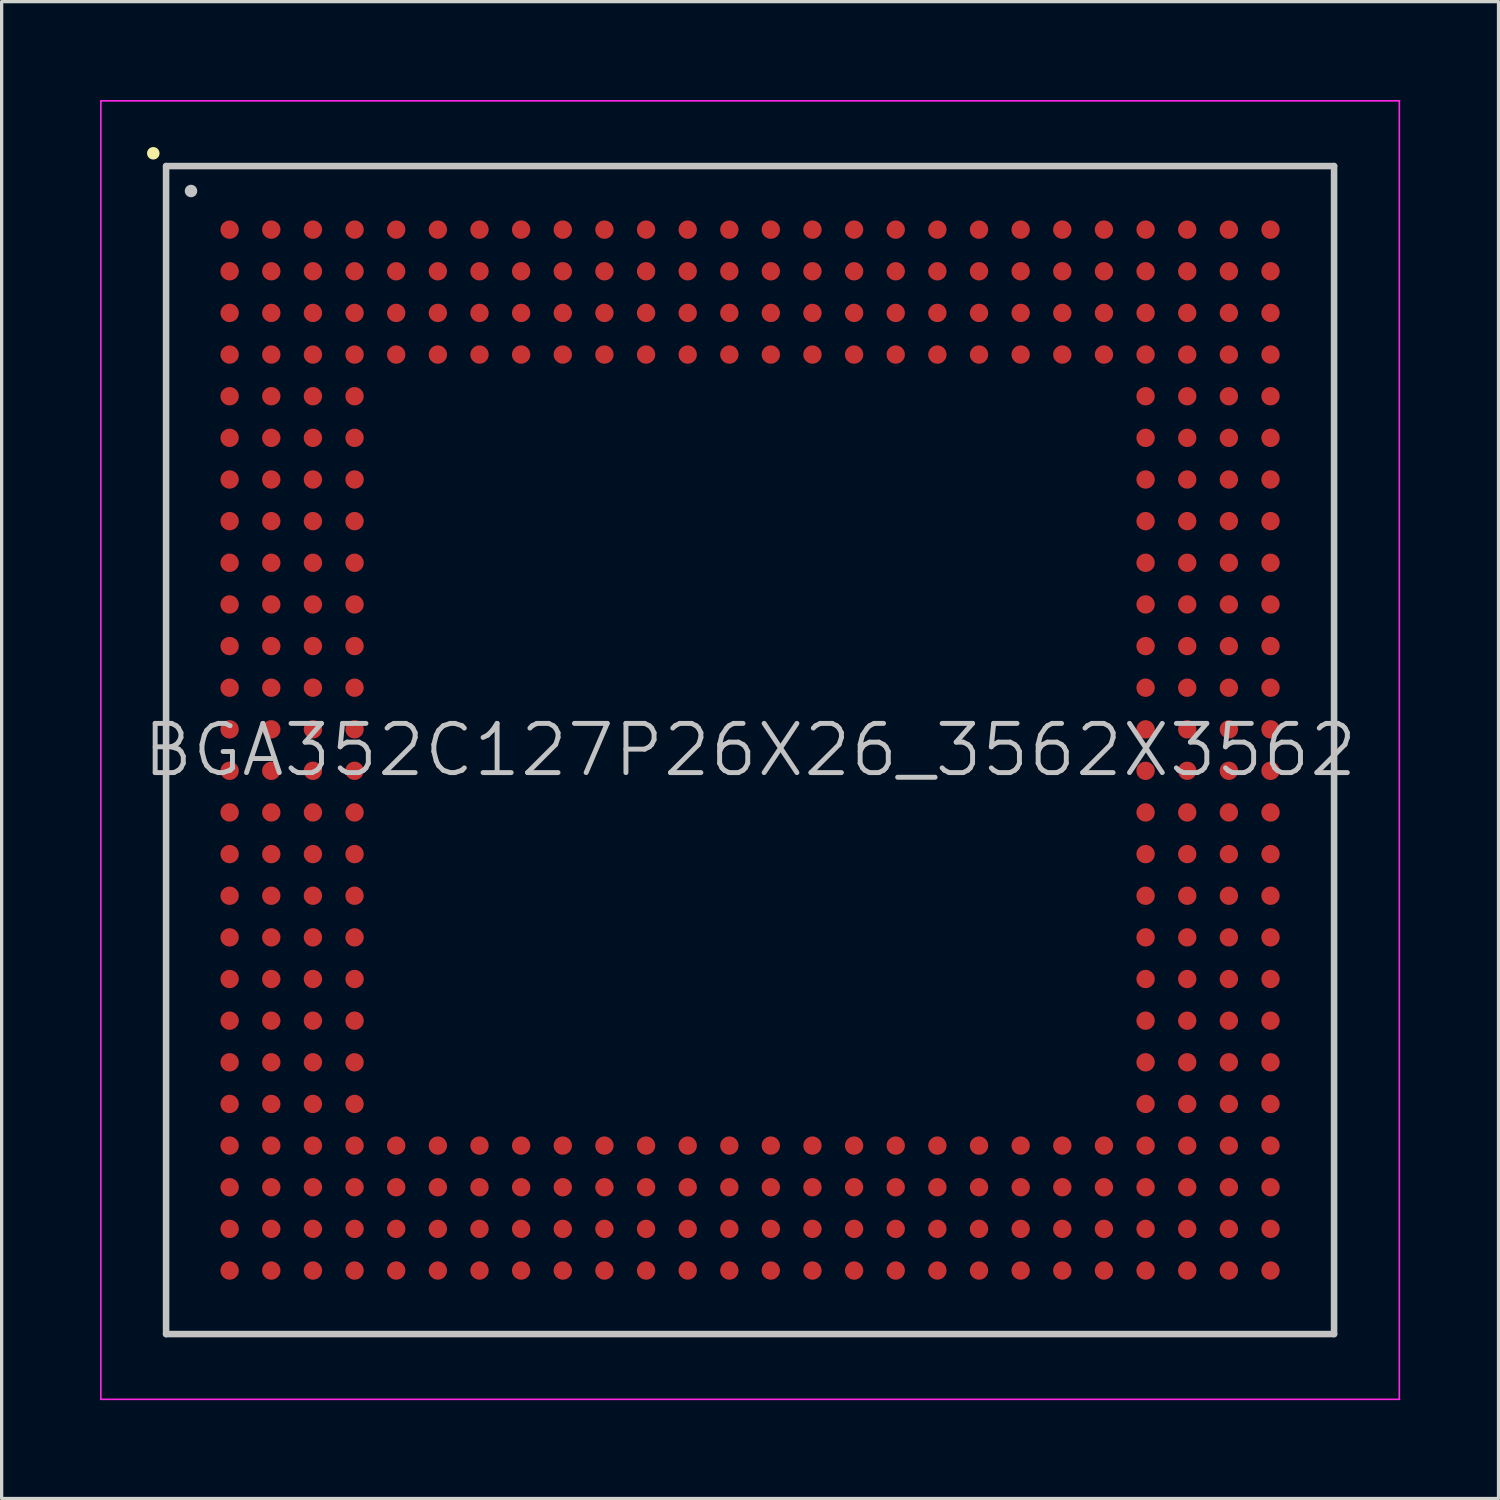
<source format=kicad_pcb>
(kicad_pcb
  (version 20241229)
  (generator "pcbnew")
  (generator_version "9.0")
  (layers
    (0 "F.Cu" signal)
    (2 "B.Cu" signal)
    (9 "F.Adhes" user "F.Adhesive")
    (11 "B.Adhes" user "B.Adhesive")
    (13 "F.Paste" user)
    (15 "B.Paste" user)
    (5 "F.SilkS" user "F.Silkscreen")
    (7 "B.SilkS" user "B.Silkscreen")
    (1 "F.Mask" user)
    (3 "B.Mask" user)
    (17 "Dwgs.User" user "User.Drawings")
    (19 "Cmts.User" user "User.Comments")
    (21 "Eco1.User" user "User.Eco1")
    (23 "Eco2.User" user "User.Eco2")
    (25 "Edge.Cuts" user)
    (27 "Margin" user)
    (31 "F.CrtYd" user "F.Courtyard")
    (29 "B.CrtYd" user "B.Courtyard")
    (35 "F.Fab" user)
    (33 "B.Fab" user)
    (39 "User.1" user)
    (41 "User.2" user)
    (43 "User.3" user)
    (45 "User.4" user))
  (footprint "BGA352C127P26X26_3562X3562"
    (layer "F.Cu")
    (at 19.825 19.825)
    (property "Reference" "BGA352C127P26X26_3562X3562" (at 0 0 0) (layer "Dwgs.User") (effects (font (size 1.5 1.5) (thickness 0.15))))
    (attr smd)
    (fp_line (start -18.2 -18.2) (end -18.2 -18.2) (stroke (width 0.381) (type solid)) (layer "F.SilkS"))
    (fp_line (start -17.81 -17.81) (end -17.81 17.81) (stroke (width 0.2) (type solid)) (layer "Dwgs.User"))
    (fp_line (start -17.81 -17.81) (end 17.81 -17.81) (stroke (width 0.2) (type solid)) (layer "Dwgs.User"))
    (fp_line (start -17.81 17.81) (end 17.81 17.81) (stroke (width 0.2) (type solid)) (layer "Dwgs.User"))
    (fp_line (start -17.05 -17.05) (end -17.05 -17.05) (stroke (width 0.381) (type solid)) (layer "Dwgs.User"))
    (fp_line (start 17.81 -17.81) (end 17.81 17.81) (stroke (width 0.2) (type solid)) (layer "Dwgs.User"))
    (fp_line (start -19.8 -19.8) (end -19.8 19.8) (stroke (width 0.05) (type solid)) (layer "F.CrtYd"))
    (fp_line (start -19.8 -19.8) (end 19.8 -19.8) (stroke (width 0.05) (type solid)) (layer "F.CrtYd"))
    (fp_line (start -19.8 19.8) (end 19.8 19.8) (stroke (width 0.05) (type solid)) (layer "F.CrtYd"))
    (fp_line (start 19.8 -19.8) (end 19.8 19.8) (stroke (width 0.05) (type solid)) (layer "F.CrtYd"))
    (pad "A1" smd circle (at -15.872 -15.872 270) (size 0.56 0.56) (layers "F.Cu" "F.Mask" "F.Paste"))
    (pad "A2" smd circle (at -14.602 -15.872 270) (size 0.56 0.56) (layers "F.Cu" "F.Mask" "F.Paste"))
    (pad "A3" smd circle (at -13.332 -15.872 270) (size 0.56 0.56) (layers "F.Cu" "F.Mask" "F.Paste"))
    (pad "A4" smd circle (at -12.062 -15.872 270) (size 0.56 0.56) (layers "F.Cu" "F.Mask" "F.Paste"))
    (pad "A5" smd circle (at -10.792 -15.872 270) (size 0.56 0.56) (layers "F.Cu" "F.Mask" "F.Paste"))
    (pad "A6" smd circle (at -9.522 -15.872 270) (size 0.56 0.56) (layers "F.Cu" "F.Mask" "F.Paste"))
    (pad "A7" smd circle (at -8.252 -15.872 270) (size 0.56 0.56) (layers "F.Cu" "F.Mask" "F.Paste"))
    (pad "A8" smd circle (at -6.982 -15.872 270) (size 0.56 0.56) (layers "F.Cu" "F.Mask" "F.Paste"))
    (pad "A9" smd circle (at -5.712 -15.872 270) (size 0.56 0.56) (layers "F.Cu" "F.Mask" "F.Paste"))
    (pad "A10" smd circle (at -4.442 -15.872 270) (size 0.56 0.56) (layers "F.Cu" "F.Mask" "F.Paste"))
    (pad "A11" smd circle (at -3.172 -15.872 270) (size 0.56 0.56) (layers "F.Cu" "F.Mask" "F.Paste"))
    (pad "A12" smd circle (at -1.902 -15.872 270) (size 0.56 0.56) (layers "F.Cu" "F.Mask" "F.Paste"))
    (pad "A13" smd circle (at -0.632 -15.872 270) (size 0.56 0.56) (layers "F.Cu" "F.Mask" "F.Paste"))
    (pad "A14" smd circle (at 0.632 -15.872 270) (size 0.56 0.56) (layers "F.Cu" "F.Mask" "F.Paste"))
    (pad "A15" smd circle (at 1.902 -15.872 270) (size 0.56 0.56) (layers "F.Cu" "F.Mask" "F.Paste"))
    (pad "A16" smd circle (at 3.172 -15.872 270) (size 0.56 0.56) (layers "F.Cu" "F.Mask" "F.Paste"))
    (pad "A17" smd circle (at 4.442 -15.872 270) (size 0.56 0.56) (layers "F.Cu" "F.Mask" "F.Paste"))
    (pad "A18" smd circle (at 5.712 -15.872 270) (size 0.56 0.56) (layers "F.Cu" "F.Mask" "F.Paste"))
    (pad "A19" smd circle (at 6.982 -15.872 270) (size 0.56 0.56) (layers "F.Cu" "F.Mask" "F.Paste"))
    (pad "A20" smd circle (at 8.252 -15.872 270) (size 0.56 0.56) (layers "F.Cu" "F.Mask" "F.Paste"))
    (pad "A21" smd circle (at 9.522 -15.872 270) (size 0.56 0.56) (layers "F.Cu" "F.Mask" "F.Paste"))
    (pad "A22" smd circle (at 10.792 -15.872 270) (size 0.56 0.56) (layers "F.Cu" "F.Mask" "F.Paste"))
    (pad "A23" smd circle (at 12.062 -15.872 270) (size 0.56 0.56) (layers "F.Cu" "F.Mask" "F.Paste"))
    (pad "A24" smd circle (at 13.332 -15.872 270) (size 0.56 0.56) (layers "F.Cu" "F.Mask" "F.Paste"))
    (pad "A25" smd circle (at 14.602 -15.872 270) (size 0.56 0.56) (layers "F.Cu" "F.Mask" "F.Paste"))
    (pad "A26" smd circle (at 15.872 -15.872 270) (size 0.56 0.56) (layers "F.Cu" "F.Mask" "F.Paste"))
    (pad "AA1" smd circle (at -15.872 9.522 270) (size 0.56 0.56) (layers "F.Cu" "F.Mask" "F.Paste"))
    (pad "AA2" smd circle (at -14.602 9.522 270) (size 0.56 0.56) (layers "F.Cu" "F.Mask" "F.Paste"))
    (pad "AA3" smd circle (at -13.332 9.522 270) (size 0.56 0.56) (layers "F.Cu" "F.Mask" "F.Paste"))
    (pad "AA4" smd circle (at -12.062 9.522 270) (size 0.56 0.56) (layers "F.Cu" "F.Mask" "F.Paste"))
    (pad "AA23" smd circle (at 12.062 9.522 270) (size 0.56 0.56) (layers "F.Cu" "F.Mask" "F.Paste"))
    (pad "AA24" smd circle (at 13.332 9.522 270) (size 0.56 0.56) (layers "F.Cu" "F.Mask" "F.Paste"))
    (pad "AA25" smd circle (at 14.602 9.522 270) (size 0.56 0.56) (layers "F.Cu" "F.Mask" "F.Paste"))
    (pad "AA26" smd circle (at 15.872 9.522 270) (size 0.56 0.56) (layers "F.Cu" "F.Mask" "F.Paste"))
    (pad "AB1" smd circle (at -15.872 10.792 270) (size 0.56 0.56) (layers "F.Cu" "F.Mask" "F.Paste"))
    (pad "AB2" smd circle (at -14.602 10.792 270) (size 0.56 0.56) (layers "F.Cu" "F.Mask" "F.Paste"))
    (pad "AB3" smd circle (at -13.332 10.792 270) (size 0.56 0.56) (layers "F.Cu" "F.Mask" "F.Paste"))
    (pad "AB4" smd circle (at -12.062 10.792 270) (size 0.56 0.56) (layers "F.Cu" "F.Mask" "F.Paste"))
    (pad "AB23" smd circle (at 12.062 10.792 270) (size 0.56 0.56) (layers "F.Cu" "F.Mask" "F.Paste"))
    (pad "AB24" smd circle (at 13.332 10.792 270) (size 0.56 0.56) (layers "F.Cu" "F.Mask" "F.Paste"))
    (pad "AB25" smd circle (at 14.602 10.792 270) (size 0.56 0.56) (layers "F.Cu" "F.Mask" "F.Paste"))
    (pad "AB26" smd circle (at 15.872 10.792 270) (size 0.56 0.56) (layers "F.Cu" "F.Mask" "F.Paste"))
    (pad "AC1" smd circle (at -15.872 12.062 270) (size 0.56 0.56) (layers "F.Cu" "F.Mask" "F.Paste"))
    (pad "AC2" smd circle (at -14.602 12.062 270) (size 0.56 0.56) (layers "F.Cu" "F.Mask" "F.Paste"))
    (pad "AC3" smd circle (at -13.332 12.062 270) (size 0.56 0.56) (layers "F.Cu" "F.Mask" "F.Paste"))
    (pad "AC4" smd circle (at -12.062 12.062 270) (size 0.56 0.56) (layers "F.Cu" "F.Mask" "F.Paste"))
    (pad "AC5" smd circle (at -10.792 12.062 270) (size 0.56 0.56) (layers "F.Cu" "F.Mask" "F.Paste"))
    (pad "AC6" smd circle (at -9.522 12.062 270) (size 0.56 0.56) (layers "F.Cu" "F.Mask" "F.Paste"))
    (pad "AC7" smd circle (at -8.252 12.062 270) (size 0.56 0.56) (layers "F.Cu" "F.Mask" "F.Paste"))
    (pad "AC8" smd circle (at -6.982 12.062 270) (size 0.56 0.56) (layers "F.Cu" "F.Mask" "F.Paste"))
    (pad "AC9" smd circle (at -5.712 12.062 270) (size 0.56 0.56) (layers "F.Cu" "F.Mask" "F.Paste"))
    (pad "AC10" smd circle (at -4.442 12.062 270) (size 0.56 0.56) (layers "F.Cu" "F.Mask" "F.Paste"))
    (pad "AC11" smd circle (at -3.172 12.062 270) (size 0.56 0.56) (layers "F.Cu" "F.Mask" "F.Paste"))
    (pad "AC12" smd circle (at -1.902 12.062 270) (size 0.56 0.56) (layers "F.Cu" "F.Mask" "F.Paste"))
    (pad "AC13" smd circle (at -0.632 12.062 270) (size 0.56 0.56) (layers "F.Cu" "F.Mask" "F.Paste"))
    (pad "AC14" smd circle (at 0.632 12.062 270) (size 0.56 0.56) (layers "F.Cu" "F.Mask" "F.Paste"))
    (pad "AC15" smd circle (at 1.902 12.062 270) (size 0.56 0.56) (layers "F.Cu" "F.Mask" "F.Paste"))
    (pad "AC16" smd circle (at 3.172 12.062 270) (size 0.56 0.56) (layers "F.Cu" "F.Mask" "F.Paste"))
    (pad "AC17" smd circle (at 4.442 12.062 270) (size 0.56 0.56) (layers "F.Cu" "F.Mask" "F.Paste"))
    (pad "AC18" smd circle (at 5.712 12.062 270) (size 0.56 0.56) (layers "F.Cu" "F.Mask" "F.Paste"))
    (pad "AC19" smd circle (at 6.982 12.062 270) (size 0.56 0.56) (layers "F.Cu" "F.Mask" "F.Paste"))
    (pad "AC20" smd circle (at 8.252 12.062 270) (size 0.56 0.56) (layers "F.Cu" "F.Mask" "F.Paste"))
    (pad "AC21" smd circle (at 9.522 12.062 270) (size 0.56 0.56) (layers "F.Cu" "F.Mask" "F.Paste"))
    (pad "AC22" smd circle (at 10.792 12.062 270) (size 0.56 0.56) (layers "F.Cu" "F.Mask" "F.Paste"))
    (pad "AC23" smd circle (at 12.062 12.062 270) (size 0.56 0.56) (layers "F.Cu" "F.Mask" "F.Paste"))
    (pad "AC24" smd circle (at 13.332 12.062 270) (size 0.56 0.56) (layers "F.Cu" "F.Mask" "F.Paste"))
    (pad "AC25" smd circle (at 14.602 12.062 270) (size 0.56 0.56) (layers "F.Cu" "F.Mask" "F.Paste"))
    (pad "AC26" smd circle (at 15.872 12.062 270) (size 0.56 0.56) (layers "F.Cu" "F.Mask" "F.Paste"))
    (pad "AD1" smd circle (at -15.872 13.332 270) (size 0.56 0.56) (layers "F.Cu" "F.Mask" "F.Paste"))
    (pad "AD2" smd circle (at -14.602 13.332 270) (size 0.56 0.56) (layers "F.Cu" "F.Mask" "F.Paste"))
    (pad "AD3" smd circle (at -13.332 13.332 270) (size 0.56 0.56) (layers "F.Cu" "F.Mask" "F.Paste"))
    (pad "AD4" smd circle (at -12.062 13.332 270) (size 0.56 0.56) (layers "F.Cu" "F.Mask" "F.Paste"))
    (pad "AD5" smd circle (at -10.792 13.332 270) (size 0.56 0.56) (layers "F.Cu" "F.Mask" "F.Paste"))
    (pad "AD6" smd circle (at -9.522 13.332 270) (size 0.56 0.56) (layers "F.Cu" "F.Mask" "F.Paste"))
    (pad "AD7" smd circle (at -8.252 13.332 270) (size 0.56 0.56) (layers "F.Cu" "F.Mask" "F.Paste"))
    (pad "AD8" smd circle (at -6.982 13.332 270) (size 0.56 0.56) (layers "F.Cu" "F.Mask" "F.Paste"))
    (pad "AD9" smd circle (at -5.712 13.332 270) (size 0.56 0.56) (layers "F.Cu" "F.Mask" "F.Paste"))
    (pad "AD10" smd circle (at -4.442 13.332 270) (size 0.56 0.56) (layers "F.Cu" "F.Mask" "F.Paste"))
    (pad "AD11" smd circle (at -3.172 13.332 270) (size 0.56 0.56) (layers "F.Cu" "F.Mask" "F.Paste"))
    (pad "AD12" smd circle (at -1.902 13.332 270) (size 0.56 0.56) (layers "F.Cu" "F.Mask" "F.Paste"))
    (pad "AD13" smd circle (at -0.632 13.332 270) (size 0.56 0.56) (layers "F.Cu" "F.Mask" "F.Paste"))
    (pad "AD14" smd circle (at 0.632 13.332 270) (size 0.56 0.56) (layers "F.Cu" "F.Mask" "F.Paste"))
    (pad "AD15" smd circle (at 1.902 13.332 270) (size 0.56 0.56) (layers "F.Cu" "F.Mask" "F.Paste"))
    (pad "AD16" smd circle (at 3.172 13.332 270) (size 0.56 0.56) (layers "F.Cu" "F.Mask" "F.Paste"))
    (pad "AD17" smd circle (at 4.442 13.332 270) (size 0.56 0.56) (layers "F.Cu" "F.Mask" "F.Paste"))
    (pad "AD18" smd circle (at 5.712 13.332 270) (size 0.56 0.56) (layers "F.Cu" "F.Mask" "F.Paste"))
    (pad "AD19" smd circle (at 6.982 13.332 270) (size 0.56 0.56) (layers "F.Cu" "F.Mask" "F.Paste"))
    (pad "AD20" smd circle (at 8.252 13.332 270) (size 0.56 0.56) (layers "F.Cu" "F.Mask" "F.Paste"))
    (pad "AD21" smd circle (at 9.522 13.332 270) (size 0.56 0.56) (layers "F.Cu" "F.Mask" "F.Paste"))
    (pad "AD22" smd circle (at 10.792 13.332 270) (size 0.56 0.56) (layers "F.Cu" "F.Mask" "F.Paste"))
    (pad "AD23" smd circle (at 12.062 13.332 270) (size 0.56 0.56) (layers "F.Cu" "F.Mask" "F.Paste"))
    (pad "AD24" smd circle (at 13.332 13.332 270) (size 0.56 0.56) (layers "F.Cu" "F.Mask" "F.Paste"))
    (pad "AD25" smd circle (at 14.602 13.332 270) (size 0.56 0.56) (layers "F.Cu" "F.Mask" "F.Paste"))
    (pad "AD26" smd circle (at 15.872 13.332 270) (size 0.56 0.56) (layers "F.Cu" "F.Mask" "F.Paste"))
    (pad "AE1" smd circle (at -15.872 14.602 270) (size 0.56 0.56) (layers "F.Cu" "F.Mask" "F.Paste"))
    (pad "AE2" smd circle (at -14.602 14.602 270) (size 0.56 0.56) (layers "F.Cu" "F.Mask" "F.Paste"))
    (pad "AE3" smd circle (at -13.332 14.602 270) (size 0.56 0.56) (layers "F.Cu" "F.Mask" "F.Paste"))
    (pad "AE4" smd circle (at -12.062 14.602 270) (size 0.56 0.56) (layers "F.Cu" "F.Mask" "F.Paste"))
    (pad "AE5" smd circle (at -10.792 14.602 270) (size 0.56 0.56) (layers "F.Cu" "F.Mask" "F.Paste"))
    (pad "AE6" smd circle (at -9.522 14.602 270) (size 0.56 0.56) (layers "F.Cu" "F.Mask" "F.Paste"))
    (pad "AE7" smd circle (at -8.252 14.602 270) (size 0.56 0.56) (layers "F.Cu" "F.Mask" "F.Paste"))
    (pad "AE8" smd circle (at -6.982 14.602 270) (size 0.56 0.56) (layers "F.Cu" "F.Mask" "F.Paste"))
    (pad "AE9" smd circle (at -5.712 14.602 270) (size 0.56 0.56) (layers "F.Cu" "F.Mask" "F.Paste"))
    (pad "AE10" smd circle (at -4.442 14.602 270) (size 0.56 0.56) (layers "F.Cu" "F.Mask" "F.Paste"))
    (pad "AE11" smd circle (at -3.172 14.602 270) (size 0.56 0.56) (layers "F.Cu" "F.Mask" "F.Paste"))
    (pad "AE12" smd circle (at -1.902 14.602 270) (size 0.56 0.56) (layers "F.Cu" "F.Mask" "F.Paste"))
    (pad "AE13" smd circle (at -0.632 14.602 270) (size 0.56 0.56) (layers "F.Cu" "F.Mask" "F.Paste"))
    (pad "AE14" smd circle (at 0.632 14.602 270) (size 0.56 0.56) (layers "F.Cu" "F.Mask" "F.Paste"))
    (pad "AE15" smd circle (at 1.902 14.602 270) (size 0.56 0.56) (layers "F.Cu" "F.Mask" "F.Paste"))
    (pad "AE16" smd circle (at 3.172 14.602 270) (size 0.56 0.56) (layers "F.Cu" "F.Mask" "F.Paste"))
    (pad "AE17" smd circle (at 4.442 14.602 270) (size 0.56 0.56) (layers "F.Cu" "F.Mask" "F.Paste"))
    (pad "AE18" smd circle (at 5.712 14.602 270) (size 0.56 0.56) (layers "F.Cu" "F.Mask" "F.Paste"))
    (pad "AE19" smd circle (at 6.982 14.602 270) (size 0.56 0.56) (layers "F.Cu" "F.Mask" "F.Paste"))
    (pad "AE20" smd circle (at 8.252 14.602 270) (size 0.56 0.56) (layers "F.Cu" "F.Mask" "F.Paste"))
    (pad "AE21" smd circle (at 9.522 14.602 270) (size 0.56 0.56) (layers "F.Cu" "F.Mask" "F.Paste"))
    (pad "AE22" smd circle (at 10.792 14.602 270) (size 0.56 0.56) (layers "F.Cu" "F.Mask" "F.Paste"))
    (pad "AE23" smd circle (at 12.062 14.602 270) (size 0.56 0.56) (layers "F.Cu" "F.Mask" "F.Paste"))
    (pad "AE24" smd circle (at 13.332 14.602 270) (size 0.56 0.56) (layers "F.Cu" "F.Mask" "F.Paste"))
    (pad "AE25" smd circle (at 14.602 14.602 270) (size 0.56 0.56) (layers "F.Cu" "F.Mask" "F.Paste"))
    (pad "AE26" smd circle (at 15.872 14.602 270) (size 0.56 0.56) (layers "F.Cu" "F.Mask" "F.Paste"))
    (pad "AF1" smd circle (at -15.872 15.872 270) (size 0.56 0.56) (layers "F.Cu" "F.Mask" "F.Paste"))
    (pad "AF2" smd circle (at -14.602 15.872 270) (size 0.56 0.56) (layers "F.Cu" "F.Mask" "F.Paste"))
    (pad "AF3" smd circle (at -13.332 15.872 270) (size 0.56 0.56) (layers "F.Cu" "F.Mask" "F.Paste"))
    (pad "AF4" smd circle (at -12.062 15.872 270) (size 0.56 0.56) (layers "F.Cu" "F.Mask" "F.Paste"))
    (pad "AF5" smd circle (at -10.792 15.872 270) (size 0.56 0.56) (layers "F.Cu" "F.Mask" "F.Paste"))
    (pad "AF6" smd circle (at -9.522 15.872 270) (size 0.56 0.56) (layers "F.Cu" "F.Mask" "F.Paste"))
    (pad "AF7" smd circle (at -8.252 15.872 270) (size 0.56 0.56) (layers "F.Cu" "F.Mask" "F.Paste"))
    (pad "AF8" smd circle (at -6.982 15.872 270) (size 0.56 0.56) (layers "F.Cu" "F.Mask" "F.Paste"))
    (pad "AF9" smd circle (at -5.712 15.872 270) (size 0.56 0.56) (layers "F.Cu" "F.Mask" "F.Paste"))
    (pad "AF10" smd circle (at -4.442 15.872 270) (size 0.56 0.56) (layers "F.Cu" "F.Mask" "F.Paste"))
    (pad "AF11" smd circle (at -3.172 15.872 270) (size 0.56 0.56) (layers "F.Cu" "F.Mask" "F.Paste"))
    (pad "AF12" smd circle (at -1.902 15.872 270) (size 0.56 0.56) (layers "F.Cu" "F.Mask" "F.Paste"))
    (pad "AF13" smd circle (at -0.632 15.872 270) (size 0.56 0.56) (layers "F.Cu" "F.Mask" "F.Paste"))
    (pad "AF14" smd circle (at 0.632 15.872 270) (size 0.56 0.56) (layers "F.Cu" "F.Mask" "F.Paste"))
    (pad "AF15" smd circle (at 1.902 15.872 270) (size 0.56 0.56) (layers "F.Cu" "F.Mask" "F.Paste"))
    (pad "AF16" smd circle (at 3.172 15.872 270) (size 0.56 0.56) (layers "F.Cu" "F.Mask" "F.Paste"))
    (pad "AF17" smd circle (at 4.442 15.872 270) (size 0.56 0.56) (layers "F.Cu" "F.Mask" "F.Paste"))
    (pad "AF18" smd circle (at 5.712 15.872 270) (size 0.56 0.56) (layers "F.Cu" "F.Mask" "F.Paste"))
    (pad "AF19" smd circle (at 6.982 15.872 270) (size 0.56 0.56) (layers "F.Cu" "F.Mask" "F.Paste"))
    (pad "AF20" smd circle (at 8.252 15.872 270) (size 0.56 0.56) (layers "F.Cu" "F.Mask" "F.Paste"))
    (pad "AF21" smd circle (at 9.522 15.872 270) (size 0.56 0.56) (layers "F.Cu" "F.Mask" "F.Paste"))
    (pad "AF22" smd circle (at 10.792 15.872 270) (size 0.56 0.56) (layers "F.Cu" "F.Mask" "F.Paste"))
    (pad "AF23" smd circle (at 12.062 15.872 270) (size 0.56 0.56) (layers "F.Cu" "F.Mask" "F.Paste"))
    (pad "AF24" smd circle (at 13.332 15.872 270) (size 0.56 0.56) (layers "F.Cu" "F.Mask" "F.Paste"))
    (pad "AF25" smd circle (at 14.602 15.872 270) (size 0.56 0.56) (layers "F.Cu" "F.Mask" "F.Paste"))
    (pad "AF26" smd circle (at 15.872 15.872 270) (size 0.56 0.56) (layers "F.Cu" "F.Mask" "F.Paste"))
    (pad "B1" smd circle (at -15.872 -14.602 270) (size 0.56 0.56) (layers "F.Cu" "F.Mask" "F.Paste"))
    (pad "B2" smd circle (at -14.602 -14.602 270) (size 0.56 0.56) (layers "F.Cu" "F.Mask" "F.Paste"))
    (pad "B3" smd circle (at -13.332 -14.602 270) (size 0.56 0.56) (layers "F.Cu" "F.Mask" "F.Paste"))
    (pad "B4" smd circle (at -12.062 -14.602 270) (size 0.56 0.56) (layers "F.Cu" "F.Mask" "F.Paste"))
    (pad "B5" smd circle (at -10.792 -14.602 270) (size 0.56 0.56) (layers "F.Cu" "F.Mask" "F.Paste"))
    (pad "B6" smd circle (at -9.522 -14.602 270) (size 0.56 0.56) (layers "F.Cu" "F.Mask" "F.Paste"))
    (pad "B7" smd circle (at -8.252 -14.602 270) (size 0.56 0.56) (layers "F.Cu" "F.Mask" "F.Paste"))
    (pad "B8" smd circle (at -6.982 -14.602 270) (size 0.56 0.56) (layers "F.Cu" "F.Mask" "F.Paste"))
    (pad "B9" smd circle (at -5.712 -14.602 270) (size 0.56 0.56) (layers "F.Cu" "F.Mask" "F.Paste"))
    (pad "B10" smd circle (at -4.442 -14.602 270) (size 0.56 0.56) (layers "F.Cu" "F.Mask" "F.Paste"))
    (pad "B11" smd circle (at -3.172 -14.602 270) (size 0.56 0.56) (layers "F.Cu" "F.Mask" "F.Paste"))
    (pad "B12" smd circle (at -1.902 -14.602 270) (size 0.56 0.56) (layers "F.Cu" "F.Mask" "F.Paste"))
    (pad "B13" smd circle (at -0.632 -14.602 270) (size 0.56 0.56) (layers "F.Cu" "F.Mask" "F.Paste"))
    (pad "B14" smd circle (at 0.632 -14.602 270) (size 0.56 0.56) (layers "F.Cu" "F.Mask" "F.Paste"))
    (pad "B15" smd circle (at 1.902 -14.602 270) (size 0.56 0.56) (layers "F.Cu" "F.Mask" "F.Paste"))
    (pad "B16" smd circle (at 3.172 -14.602 270) (size 0.56 0.56) (layers "F.Cu" "F.Mask" "F.Paste"))
    (pad "B17" smd circle (at 4.442 -14.602 270) (size 0.56 0.56) (layers "F.Cu" "F.Mask" "F.Paste"))
    (pad "B18" smd circle (at 5.712 -14.602 270) (size 0.56 0.56) (layers "F.Cu" "F.Mask" "F.Paste"))
    (pad "B19" smd circle (at 6.982 -14.602 270) (size 0.56 0.56) (layers "F.Cu" "F.Mask" "F.Paste"))
    (pad "B20" smd circle (at 8.252 -14.602 270) (size 0.56 0.56) (layers "F.Cu" "F.Mask" "F.Paste"))
    (pad "B21" smd circle (at 9.522 -14.602 270) (size 0.56 0.56) (layers "F.Cu" "F.Mask" "F.Paste"))
    (pad "B22" smd circle (at 10.792 -14.602 270) (size 0.56 0.56) (layers "F.Cu" "F.Mask" "F.Paste"))
    (pad "B23" smd circle (at 12.062 -14.602 270) (size 0.56 0.56) (layers "F.Cu" "F.Mask" "F.Paste"))
    (pad "B24" smd circle (at 13.332 -14.602 270) (size 0.56 0.56) (layers "F.Cu" "F.Mask" "F.Paste"))
    (pad "B25" smd circle (at 14.602 -14.602 270) (size 0.56 0.56) (layers "F.Cu" "F.Mask" "F.Paste"))
    (pad "B26" smd circle (at 15.872 -14.602 270) (size 0.56 0.56) (layers "F.Cu" "F.Mask" "F.Paste"))
    (pad "C1" smd circle (at -15.872 -13.332 270) (size 0.56 0.56) (layers "F.Cu" "F.Mask" "F.Paste"))
    (pad "C2" smd circle (at -14.602 -13.332 270) (size 0.56 0.56) (layers "F.Cu" "F.Mask" "F.Paste"))
    (pad "C3" smd circle (at -13.332 -13.332 270) (size 0.56 0.56) (layers "F.Cu" "F.Mask" "F.Paste"))
    (pad "C4" smd circle (at -12.062 -13.332 270) (size 0.56 0.56) (layers "F.Cu" "F.Mask" "F.Paste"))
    (pad "C5" smd circle (at -10.792 -13.332 270) (size 0.56 0.56) (layers "F.Cu" "F.Mask" "F.Paste"))
    (pad "C6" smd circle (at -9.522 -13.332 270) (size 0.56 0.56) (layers "F.Cu" "F.Mask" "F.Paste"))
    (pad "C7" smd circle (at -8.252 -13.332 270) (size 0.56 0.56) (layers "F.Cu" "F.Mask" "F.Paste"))
    (pad "C8" smd circle (at -6.982 -13.332 270) (size 0.56 0.56) (layers "F.Cu" "F.Mask" "F.Paste"))
    (pad "C9" smd circle (at -5.712 -13.332 270) (size 0.56 0.56) (layers "F.Cu" "F.Mask" "F.Paste"))
    (pad "C10" smd circle (at -4.442 -13.332 270) (size 0.56 0.56) (layers "F.Cu" "F.Mask" "F.Paste"))
    (pad "C11" smd circle (at -3.172 -13.332 270) (size 0.56 0.56) (layers "F.Cu" "F.Mask" "F.Paste"))
    (pad "C12" smd circle (at -1.902 -13.332 270) (size 0.56 0.56) (layers "F.Cu" "F.Mask" "F.Paste"))
    (pad "C13" smd circle (at -0.632 -13.332 270) (size 0.56 0.56) (layers "F.Cu" "F.Mask" "F.Paste"))
    (pad "C14" smd circle (at 0.632 -13.332 270) (size 0.56 0.56) (layers "F.Cu" "F.Mask" "F.Paste"))
    (pad "C15" smd circle (at 1.902 -13.332 270) (size 0.56 0.56) (layers "F.Cu" "F.Mask" "F.Paste"))
    (pad "C16" smd circle (at 3.172 -13.332 270) (size 0.56 0.56) (layers "F.Cu" "F.Mask" "F.Paste"))
    (pad "C17" smd circle (at 4.442 -13.332 270) (size 0.56 0.56) (layers "F.Cu" "F.Mask" "F.Paste"))
    (pad "C18" smd circle (at 5.712 -13.332 270) (size 0.56 0.56) (layers "F.Cu" "F.Mask" "F.Paste"))
    (pad "C19" smd circle (at 6.982 -13.332 270) (size 0.56 0.56) (layers "F.Cu" "F.Mask" "F.Paste"))
    (pad "C20" smd circle (at 8.252 -13.332 270) (size 0.56 0.56) (layers "F.Cu" "F.Mask" "F.Paste"))
    (pad "C21" smd circle (at 9.522 -13.332 270) (size 0.56 0.56) (layers "F.Cu" "F.Mask" "F.Paste"))
    (pad "C22" smd circle (at 10.792 -13.332 270) (size 0.56 0.56) (layers "F.Cu" "F.Mask" "F.Paste"))
    (pad "C23" smd circle (at 12.062 -13.332 270) (size 0.56 0.56) (layers "F.Cu" "F.Mask" "F.Paste"))
    (pad "C24" smd circle (at 13.332 -13.332 270) (size 0.56 0.56) (layers "F.Cu" "F.Mask" "F.Paste"))
    (pad "C25" smd circle (at 14.602 -13.332 270) (size 0.56 0.56) (layers "F.Cu" "F.Mask" "F.Paste"))
    (pad "C26" smd circle (at 15.872 -13.332 270) (size 0.56 0.56) (layers "F.Cu" "F.Mask" "F.Paste"))
    (pad "D1" smd circle (at -15.872 -12.062 270) (size 0.56 0.56) (layers "F.Cu" "F.Mask" "F.Paste"))
    (pad "D2" smd circle (at -14.602 -12.062 270) (size 0.56 0.56) (layers "F.Cu" "F.Mask" "F.Paste"))
    (pad "D3" smd circle (at -13.332 -12.062 270) (size 0.56 0.56) (layers "F.Cu" "F.Mask" "F.Paste"))
    (pad "D4" smd circle (at -12.062 -12.062 270) (size 0.56 0.56) (layers "F.Cu" "F.Mask" "F.Paste"))
    (pad "D5" smd circle (at -10.792 -12.062 270) (size 0.56 0.56) (layers "F.Cu" "F.Mask" "F.Paste"))
    (pad "D6" smd circle (at -9.522 -12.062 270) (size 0.56 0.56) (layers "F.Cu" "F.Mask" "F.Paste"))
    (pad "D7" smd circle (at -8.252 -12.062 270) (size 0.56 0.56) (layers "F.Cu" "F.Mask" "F.Paste"))
    (pad "D8" smd circle (at -6.982 -12.062 270) (size 0.56 0.56) (layers "F.Cu" "F.Mask" "F.Paste"))
    (pad "D9" smd circle (at -5.712 -12.062 270) (size 0.56 0.56) (layers "F.Cu" "F.Mask" "F.Paste"))
    (pad "D10" smd circle (at -4.442 -12.062 270) (size 0.56 0.56) (layers "F.Cu" "F.Mask" "F.Paste"))
    (pad "D11" smd circle (at -3.172 -12.062 270) (size 0.56 0.56) (layers "F.Cu" "F.Mask" "F.Paste"))
    (pad "D12" smd circle (at -1.902 -12.062 270) (size 0.56 0.56) (layers "F.Cu" "F.Mask" "F.Paste"))
    (pad "D13" smd circle (at -0.632 -12.062 270) (size 0.56 0.56) (layers "F.Cu" "F.Mask" "F.Paste"))
    (pad "D14" smd circle (at 0.632 -12.062 270) (size 0.56 0.56) (layers "F.Cu" "F.Mask" "F.Paste"))
    (pad "D15" smd circle (at 1.902 -12.062 270) (size 0.56 0.56) (layers "F.Cu" "F.Mask" "F.Paste"))
    (pad "D16" smd circle (at 3.172 -12.062 270) (size 0.56 0.56) (layers "F.Cu" "F.Mask" "F.Paste"))
    (pad "D17" smd circle (at 4.442 -12.062 270) (size 0.56 0.56) (layers "F.Cu" "F.Mask" "F.Paste"))
    (pad "D18" smd circle (at 5.712 -12.062 270) (size 0.56 0.56) (layers "F.Cu" "F.Mask" "F.Paste"))
    (pad "D19" smd circle (at 6.982 -12.062 270) (size 0.56 0.56) (layers "F.Cu" "F.Mask" "F.Paste"))
    (pad "D20" smd circle (at 8.252 -12.062 270) (size 0.56 0.56) (layers "F.Cu" "F.Mask" "F.Paste"))
    (pad "D21" smd circle (at 9.522 -12.062 270) (size 0.56 0.56) (layers "F.Cu" "F.Mask" "F.Paste"))
    (pad "D22" smd circle (at 10.792 -12.062 270) (size 0.56 0.56) (layers "F.Cu" "F.Mask" "F.Paste"))
    (pad "D23" smd circle (at 12.062 -12.062 270) (size 0.56 0.56) (layers "F.Cu" "F.Mask" "F.Paste"))
    (pad "D24" smd circle (at 13.332 -12.062 270) (size 0.56 0.56) (layers "F.Cu" "F.Mask" "F.Paste"))
    (pad "D25" smd circle (at 14.602 -12.062 270) (size 0.56 0.56) (layers "F.Cu" "F.Mask" "F.Paste"))
    (pad "D26" smd circle (at 15.872 -12.062 270) (size 0.56 0.56) (layers "F.Cu" "F.Mask" "F.Paste"))
    (pad "E1" smd circle (at -15.872 -10.792 270) (size 0.56 0.56) (layers "F.Cu" "F.Mask" "F.Paste"))
    (pad "E2" smd circle (at -14.602 -10.792 270) (size 0.56 0.56) (layers "F.Cu" "F.Mask" "F.Paste"))
    (pad "E3" smd circle (at -13.332 -10.792 270) (size 0.56 0.56) (layers "F.Cu" "F.Mask" "F.Paste"))
    (pad "E4" smd circle (at -12.062 -10.792 270) (size 0.56 0.56) (layers "F.Cu" "F.Mask" "F.Paste"))
    (pad "E23" smd circle (at 12.062 -10.792 270) (size 0.56 0.56) (layers "F.Cu" "F.Mask" "F.Paste"))
    (pad "E24" smd circle (at 13.332 -10.792 270) (size 0.56 0.56) (layers "F.Cu" "F.Mask" "F.Paste"))
    (pad "E25" smd circle (at 14.602 -10.792 270) (size 0.56 0.56) (layers "F.Cu" "F.Mask" "F.Paste"))
    (pad "E26" smd circle (at 15.872 -10.792 270) (size 0.56 0.56) (layers "F.Cu" "F.Mask" "F.Paste"))
    (pad "F1" smd circle (at -15.872 -9.522 270) (size 0.56 0.56) (layers "F.Cu" "F.Mask" "F.Paste"))
    (pad "F2" smd circle (at -14.602 -9.522 270) (size 0.56 0.56) (layers "F.Cu" "F.Mask" "F.Paste"))
    (pad "F3" smd circle (at -13.332 -9.522 270) (size 0.56 0.56) (layers "F.Cu" "F.Mask" "F.Paste"))
    (pad "F4" smd circle (at -12.062 -9.522 270) (size 0.56 0.56) (layers "F.Cu" "F.Mask" "F.Paste"))
    (pad "F23" smd circle (at 12.062 -9.522 270) (size 0.56 0.56) (layers "F.Cu" "F.Mask" "F.Paste"))
    (pad "F24" smd circle (at 13.332 -9.522 270) (size 0.56 0.56) (layers "F.Cu" "F.Mask" "F.Paste"))
    (pad "F25" smd circle (at 14.602 -9.522 270) (size 0.56 0.56) (layers "F.Cu" "F.Mask" "F.Paste"))
    (pad "F26" smd circle (at 15.872 -9.522 270) (size 0.56 0.56) (layers "F.Cu" "F.Mask" "F.Paste"))
    (pad "G1" smd circle (at -15.872 -8.252 270) (size 0.56 0.56) (layers "F.Cu" "F.Mask" "F.Paste"))
    (pad "G2" smd circle (at -14.602 -8.252 270) (size 0.56 0.56) (layers "F.Cu" "F.Mask" "F.Paste"))
    (pad "G3" smd circle (at -13.332 -8.252 270) (size 0.56 0.56) (layers "F.Cu" "F.Mask" "F.Paste"))
    (pad "G4" smd circle (at -12.062 -8.252 270) (size 0.56 0.56) (layers "F.Cu" "F.Mask" "F.Paste"))
    (pad "G23" smd circle (at 12.062 -8.252 270) (size 0.56 0.56) (layers "F.Cu" "F.Mask" "F.Paste"))
    (pad "G24" smd circle (at 13.332 -8.252 270) (size 0.56 0.56) (layers "F.Cu" "F.Mask" "F.Paste"))
    (pad "G25" smd circle (at 14.602 -8.252 270) (size 0.56 0.56) (layers "F.Cu" "F.Mask" "F.Paste"))
    (pad "G26" smd circle (at 15.872 -8.252 270) (size 0.56 0.56) (layers "F.Cu" "F.Mask" "F.Paste"))
    (pad "H1" smd circle (at -15.872 -6.982 270) (size 0.56 0.56) (layers "F.Cu" "F.Mask" "F.Paste"))
    (pad "H2" smd circle (at -14.602 -6.982 270) (size 0.56 0.56) (layers "F.Cu" "F.Mask" "F.Paste"))
    (pad "H3" smd circle (at -13.332 -6.982 270) (size 0.56 0.56) (layers "F.Cu" "F.Mask" "F.Paste"))
    (pad "H4" smd circle (at -12.062 -6.982 270) (size 0.56 0.56) (layers "F.Cu" "F.Mask" "F.Paste"))
    (pad "H23" smd circle (at 12.062 -6.982 270) (size 0.56 0.56) (layers "F.Cu" "F.Mask" "F.Paste"))
    (pad "H24" smd circle (at 13.332 -6.982 270) (size 0.56 0.56) (layers "F.Cu" "F.Mask" "F.Paste"))
    (pad "H25" smd circle (at 14.602 -6.982 270) (size 0.56 0.56) (layers "F.Cu" "F.Mask" "F.Paste"))
    (pad "H26" smd circle (at 15.872 -6.982 270) (size 0.56 0.56) (layers "F.Cu" "F.Mask" "F.Paste"))
    (pad "J1" smd circle (at -15.872 -5.712 270) (size 0.56 0.56) (layers "F.Cu" "F.Mask" "F.Paste"))
    (pad "J2" smd circle (at -14.602 -5.712 270) (size 0.56 0.56) (layers "F.Cu" "F.Mask" "F.Paste"))
    (pad "J3" smd circle (at -13.332 -5.712 270) (size 0.56 0.56) (layers "F.Cu" "F.Mask" "F.Paste"))
    (pad "J4" smd circle (at -12.062 -5.712 270) (size 0.56 0.56) (layers "F.Cu" "F.Mask" "F.Paste"))
    (pad "J23" smd circle (at 12.062 -5.712 270) (size 0.56 0.56) (layers "F.Cu" "F.Mask" "F.Paste"))
    (pad "J24" smd circle (at 13.332 -5.712 270) (size 0.56 0.56) (layers "F.Cu" "F.Mask" "F.Paste"))
    (pad "J25" smd circle (at 14.602 -5.712 270) (size 0.56 0.56) (layers "F.Cu" "F.Mask" "F.Paste"))
    (pad "J26" smd circle (at 15.872 -5.712 270) (size 0.56 0.56) (layers "F.Cu" "F.Mask" "F.Paste"))
    (pad "K1" smd circle (at -15.872 -4.442 270) (size 0.56 0.56) (layers "F.Cu" "F.Mask" "F.Paste"))
    (pad "K2" smd circle (at -14.602 -4.442 270) (size 0.56 0.56) (layers "F.Cu" "F.Mask" "F.Paste"))
    (pad "K3" smd circle (at -13.332 -4.442 270) (size 0.56 0.56) (layers "F.Cu" "F.Mask" "F.Paste"))
    (pad "K4" smd circle (at -12.062 -4.442 270) (size 0.56 0.56) (layers "F.Cu" "F.Mask" "F.Paste"))
    (pad "K23" smd circle (at 12.062 -4.442 270) (size 0.56 0.56) (layers "F.Cu" "F.Mask" "F.Paste"))
    (pad "K24" smd circle (at 13.332 -4.442 270) (size 0.56 0.56) (layers "F.Cu" "F.Mask" "F.Paste"))
    (pad "K25" smd circle (at 14.602 -4.442 270) (size 0.56 0.56) (layers "F.Cu" "F.Mask" "F.Paste"))
    (pad "K26" smd circle (at 15.872 -4.442 270) (size 0.56 0.56) (layers "F.Cu" "F.Mask" "F.Paste"))
    (pad "L1" smd circle (at -15.872 -3.172 270) (size 0.56 0.56) (layers "F.Cu" "F.Mask" "F.Paste"))
    (pad "L2" smd circle (at -14.602 -3.172 270) (size 0.56 0.56) (layers "F.Cu" "F.Mask" "F.Paste"))
    (pad "L3" smd circle (at -13.332 -3.172 270) (size 0.56 0.56) (layers "F.Cu" "F.Mask" "F.Paste"))
    (pad "L4" smd circle (at -12.062 -3.172 270) (size 0.56 0.56) (layers "F.Cu" "F.Mask" "F.Paste"))
    (pad "L23" smd circle (at 12.062 -3.172 270) (size 0.56 0.56) (layers "F.Cu" "F.Mask" "F.Paste"))
    (pad "L24" smd circle (at 13.332 -3.172 270) (size 0.56 0.56) (layers "F.Cu" "F.Mask" "F.Paste"))
    (pad "L25" smd circle (at 14.602 -3.172 270) (size 0.56 0.56) (layers "F.Cu" "F.Mask" "F.Paste"))
    (pad "L26" smd circle (at 15.872 -3.172 270) (size 0.56 0.56) (layers "F.Cu" "F.Mask" "F.Paste"))
    (pad "M1" smd circle (at -15.872 -1.902 270) (size 0.56 0.56) (layers "F.Cu" "F.Mask" "F.Paste"))
    (pad "M2" smd circle (at -14.602 -1.902 270) (size 0.56 0.56) (layers "F.Cu" "F.Mask" "F.Paste"))
    (pad "M3" smd circle (at -13.332 -1.902 270) (size 0.56 0.56) (layers "F.Cu" "F.Mask" "F.Paste"))
    (pad "M4" smd circle (at -12.062 -1.902 270) (size 0.56 0.56) (layers "F.Cu" "F.Mask" "F.Paste"))
    (pad "M23" smd circle (at 12.062 -1.902 270) (size 0.56 0.56) (layers "F.Cu" "F.Mask" "F.Paste"))
    (pad "M24" smd circle (at 13.332 -1.902 270) (size 0.56 0.56) (layers "F.Cu" "F.Mask" "F.Paste"))
    (pad "M25" smd circle (at 14.602 -1.902 270) (size 0.56 0.56) (layers "F.Cu" "F.Mask" "F.Paste"))
    (pad "M26" smd circle (at 15.872 -1.902 270) (size 0.56 0.56) (layers "F.Cu" "F.Mask" "F.Paste"))
    (pad "N1" smd circle (at -15.872 -0.632 270) (size 0.56 0.56) (layers "F.Cu" "F.Mask" "F.Paste"))
    (pad "N2" smd circle (at -14.602 -0.632 270) (size 0.56 0.56) (layers "F.Cu" "F.Mask" "F.Paste"))
    (pad "N3" smd circle (at -13.332 -0.632 270) (size 0.56 0.56) (layers "F.Cu" "F.Mask" "F.Paste"))
    (pad "N4" smd circle (at -12.062 -0.632 270) (size 0.56 0.56) (layers "F.Cu" "F.Mask" "F.Paste"))
    (pad "N23" smd circle (at 12.062 -0.632 270) (size 0.56 0.56) (layers "F.Cu" "F.Mask" "F.Paste"))
    (pad "N24" smd circle (at 13.332 -0.632 270) (size 0.56 0.56) (layers "F.Cu" "F.Mask" "F.Paste"))
    (pad "N25" smd circle (at 14.602 -0.632 270) (size 0.56 0.56) (layers "F.Cu" "F.Mask" "F.Paste"))
    (pad "N26" smd circle (at 15.872 -0.632 270) (size 0.56 0.56) (layers "F.Cu" "F.Mask" "F.Paste"))
    (pad "P1" smd circle (at -15.872 0.632 270) (size 0.56 0.56) (layers "F.Cu" "F.Mask" "F.Paste"))
    (pad "P2" smd circle (at -14.602 0.632 270) (size 0.56 0.56) (layers "F.Cu" "F.Mask" "F.Paste"))
    (pad "P3" smd circle (at -13.332 0.632 270) (size 0.56 0.56) (layers "F.Cu" "F.Mask" "F.Paste"))
    (pad "P4" smd circle (at -12.062 0.632 270) (size 0.56 0.56) (layers "F.Cu" "F.Mask" "F.Paste"))
    (pad "P23" smd circle (at 12.062 0.632 270) (size 0.56 0.56) (layers "F.Cu" "F.Mask" "F.Paste"))
    (pad "P24" smd circle (at 13.332 0.632 270) (size 0.56 0.56) (layers "F.Cu" "F.Mask" "F.Paste"))
    (pad "P25" smd circle (at 14.602 0.632 270) (size 0.56 0.56) (layers "F.Cu" "F.Mask" "F.Paste"))
    (pad "P26" smd circle (at 15.872 0.632 270) (size 0.56 0.56) (layers "F.Cu" "F.Mask" "F.Paste"))
    (pad "R1" smd circle (at -15.872 1.902 270) (size 0.56 0.56) (layers "F.Cu" "F.Mask" "F.Paste"))
    (pad "R2" smd circle (at -14.602 1.902 270) (size 0.56 0.56) (layers "F.Cu" "F.Mask" "F.Paste"))
    (pad "R3" smd circle (at -13.332 1.902 270) (size 0.56 0.56) (layers "F.Cu" "F.Mask" "F.Paste"))
    (pad "R4" smd circle (at -12.062 1.902 270) (size 0.56 0.56) (layers "F.Cu" "F.Mask" "F.Paste"))
    (pad "R23" smd circle (at 12.062 1.902 270) (size 0.56 0.56) (layers "F.Cu" "F.Mask" "F.Paste"))
    (pad "R24" smd circle (at 13.332 1.902 270) (size 0.56 0.56) (layers "F.Cu" "F.Mask" "F.Paste"))
    (pad "R25" smd circle (at 14.602 1.902 270) (size 0.56 0.56) (layers "F.Cu" "F.Mask" "F.Paste"))
    (pad "R26" smd circle (at 15.872 1.902 270) (size 0.56 0.56) (layers "F.Cu" "F.Mask" "F.Paste"))
    (pad "T1" smd circle (at -15.872 3.172 270) (size 0.56 0.56) (layers "F.Cu" "F.Mask" "F.Paste"))
    (pad "T2" smd circle (at -14.602 3.172 270) (size 0.56 0.56) (layers "F.Cu" "F.Mask" "F.Paste"))
    (pad "T3" smd circle (at -13.332 3.172 270) (size 0.56 0.56) (layers "F.Cu" "F.Mask" "F.Paste"))
    (pad "T4" smd circle (at -12.062 3.172 270) (size 0.56 0.56) (layers "F.Cu" "F.Mask" "F.Paste"))
    (pad "T23" smd circle (at 12.062 3.172 270) (size 0.56 0.56) (layers "F.Cu" "F.Mask" "F.Paste"))
    (pad "T24" smd circle (at 13.332 3.172 270) (size 0.56 0.56) (layers "F.Cu" "F.Mask" "F.Paste"))
    (pad "T25" smd circle (at 14.602 3.172 270) (size 0.56 0.56) (layers "F.Cu" "F.Mask" "F.Paste"))
    (pad "T26" smd circle (at 15.872 3.172 270) (size 0.56 0.56) (layers "F.Cu" "F.Mask" "F.Paste"))
    (pad "U1" smd circle (at -15.872 4.442 270) (size 0.56 0.56) (layers "F.Cu" "F.Mask" "F.Paste"))
    (pad "U2" smd circle (at -14.602 4.442 270) (size 0.56 0.56) (layers "F.Cu" "F.Mask" "F.Paste"))
    (pad "U3" smd circle (at -13.332 4.442 270) (size 0.56 0.56) (layers "F.Cu" "F.Mask" "F.Paste"))
    (pad "U4" smd circle (at -12.062 4.442 270) (size 0.56 0.56) (layers "F.Cu" "F.Mask" "F.Paste"))
    (pad "U23" smd circle (at 12.062 4.442 270) (size 0.56 0.56) (layers "F.Cu" "F.Mask" "F.Paste"))
    (pad "U24" smd circle (at 13.332 4.442 270) (size 0.56 0.56) (layers "F.Cu" "F.Mask" "F.Paste"))
    (pad "U25" smd circle (at 14.602 4.442 270) (size 0.56 0.56) (layers "F.Cu" "F.Mask" "F.Paste"))
    (pad "U26" smd circle (at 15.872 4.442 270) (size 0.56 0.56) (layers "F.Cu" "F.Mask" "F.Paste"))
    (pad "V1" smd circle (at -15.872 5.712 270) (size 0.56 0.56) (layers "F.Cu" "F.Mask" "F.Paste"))
    (pad "V2" smd circle (at -14.602 5.712 270) (size 0.56 0.56) (layers "F.Cu" "F.Mask" "F.Paste"))
    (pad "V3" smd circle (at -13.332 5.712 270) (size 0.56 0.56) (layers "F.Cu" "F.Mask" "F.Paste"))
    (pad "V4" smd circle (at -12.062 5.712 270) (size 0.56 0.56) (layers "F.Cu" "F.Mask" "F.Paste"))
    (pad "V23" smd circle (at 12.062 5.712 270) (size 0.56 0.56) (layers "F.Cu" "F.Mask" "F.Paste"))
    (pad "V24" smd circle (at 13.332 5.712 270) (size 0.56 0.56) (layers "F.Cu" "F.Mask" "F.Paste"))
    (pad "V25" smd circle (at 14.602 5.712 270) (size 0.56 0.56) (layers "F.Cu" "F.Mask" "F.Paste"))
    (pad "V26" smd circle (at 15.872 5.712 270) (size 0.56 0.56) (layers "F.Cu" "F.Mask" "F.Paste"))
    (pad "W1" smd circle (at -15.872 6.982 270) (size 0.56 0.56) (layers "F.Cu" "F.Mask" "F.Paste"))
    (pad "W2" smd circle (at -14.602 6.982 270) (size 0.56 0.56) (layers "F.Cu" "F.Mask" "F.Paste"))
    (pad "W3" smd circle (at -13.332 6.982 270) (size 0.56 0.56) (layers "F.Cu" "F.Mask" "F.Paste"))
    (pad "W4" smd circle (at -12.062 6.982 270) (size 0.56 0.56) (layers "F.Cu" "F.Mask" "F.Paste"))
    (pad "W23" smd circle (at 12.062 6.982 270) (size 0.56 0.56) (layers "F.Cu" "F.Mask" "F.Paste"))
    (pad "W24" smd circle (at 13.332 6.982 270) (size 0.56 0.56) (layers "F.Cu" "F.Mask" "F.Paste"))
    (pad "W25" smd circle (at 14.602 6.982 270) (size 0.56 0.56) (layers "F.Cu" "F.Mask" "F.Paste"))
    (pad "W26" smd circle (at 15.872 6.982 270) (size 0.56 0.56) (layers "F.Cu" "F.Mask" "F.Paste"))
    (pad "Y1" smd circle (at -15.872 8.252 270) (size 0.56 0.56) (layers "F.Cu" "F.Mask" "F.Paste"))
    (pad "Y2" smd circle (at -14.602 8.252 270) (size 0.56 0.56) (layers "F.Cu" "F.Mask" "F.Paste"))
    (pad "Y3" smd circle (at -13.332 8.252 270) (size 0.56 0.56) (layers "F.Cu" "F.Mask" "F.Paste"))
    (pad "Y4" smd circle (at -12.062 8.252 270) (size 0.56 0.56) (layers "F.Cu" "F.Mask" "F.Paste"))
    (pad "Y23" smd circle (at 12.062 8.252 270) (size 0.56 0.56) (layers "F.Cu" "F.Mask" "F.Paste"))
    (pad "Y24" smd circle (at 13.332 8.252 270) (size 0.56 0.56) (layers "F.Cu" "F.Mask" "F.Paste"))
    (pad "Y25" smd circle (at 14.602 8.252 270) (size 0.56 0.56) (layers "F.Cu" "F.Mask" "F.Paste"))
    (pad "Y26" smd circle (at 15.872 8.252 270) (size 0.56 0.56) (layers "F.Cu" "F.Mask" "F.Paste")))
  (gr_rect
    (start -3 -3)
    (end 42.65 42.65)
    (stroke (width 0.1) (type default))
    (fill no)
    (layer "Edge.Cuts")))
</source>
